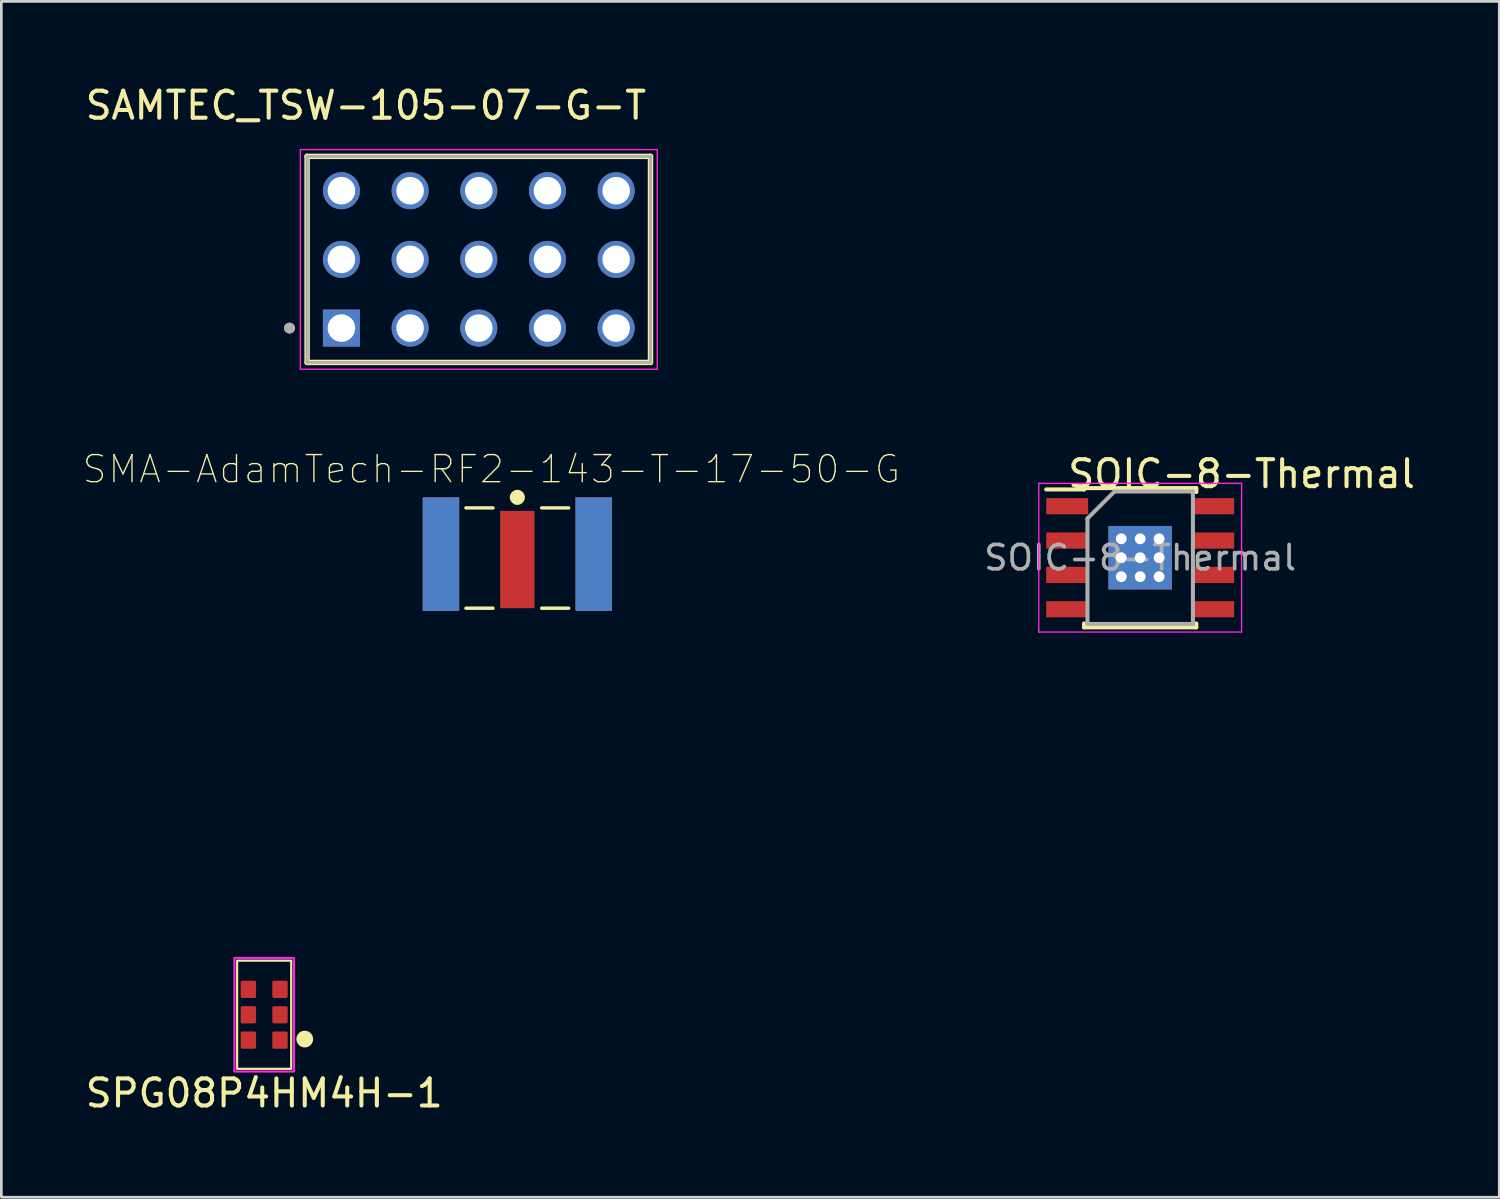
<source format=kicad_pcb>
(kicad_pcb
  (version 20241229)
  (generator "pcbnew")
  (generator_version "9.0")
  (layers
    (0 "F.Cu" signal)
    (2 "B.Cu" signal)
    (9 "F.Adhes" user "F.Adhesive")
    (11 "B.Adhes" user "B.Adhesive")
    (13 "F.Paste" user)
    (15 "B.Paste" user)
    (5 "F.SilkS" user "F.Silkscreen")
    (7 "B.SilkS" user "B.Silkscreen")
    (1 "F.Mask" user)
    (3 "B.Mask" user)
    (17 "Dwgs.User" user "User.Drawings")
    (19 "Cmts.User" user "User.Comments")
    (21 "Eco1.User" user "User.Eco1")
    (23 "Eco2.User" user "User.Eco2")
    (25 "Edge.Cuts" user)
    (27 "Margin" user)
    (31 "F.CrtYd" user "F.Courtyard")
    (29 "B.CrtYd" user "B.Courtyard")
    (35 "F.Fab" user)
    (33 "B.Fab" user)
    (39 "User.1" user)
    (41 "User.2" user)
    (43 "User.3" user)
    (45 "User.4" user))
  (footprint "SOIC-8-Thermal"
    (layer "F.Cu")
    (at 39.117 17.576)
    (property "Reference" "SOIC-8-Thermal" (at 3.75 -3.1 0) (layer "F.SilkS") (effects (font (size 1 1) (thickness 0.15))))
    (attr smd)
    (fp_line (start -2.075 -2.575) (end -2.075 -2.525) (stroke (width 0.15) (type solid)) (layer "F.SilkS"))
    (fp_line (start -2.075 -2.575) (end 2.075 -2.575) (stroke (width 0.15) (type solid)) (layer "F.SilkS"))
    (fp_line (start -2.075 -2.525) (end -3.475 -2.525) (stroke (width 0.15) (type solid)) (layer "F.SilkS"))
    (fp_line (start -2.075 2.575) (end -2.075 2.43) (stroke (width 0.15) (type solid)) (layer "F.SilkS"))
    (fp_line (start -2.075 2.575) (end 2.075 2.575) (stroke (width 0.15) (type solid)) (layer "F.SilkS"))
    (fp_line (start 2.075 -2.575) (end 2.075 -2.43) (stroke (width 0.15) (type solid)) (layer "F.SilkS"))
    (fp_line (start 2.075 2.575) (end 2.075 2.43) (stroke (width 0.15) (type solid)) (layer "F.SilkS"))
    (fp_line (start -3.75 -2.75) (end -3.75 2.75) (stroke (width 0.05) (type solid)) (layer "F.CrtYd"))
    (fp_line (start -3.75 -2.75) (end 3.75 -2.75) (stroke (width 0.05) (type solid)) (layer "F.CrtYd"))
    (fp_line (start -3.75 2.75) (end 3.75 2.75) (stroke (width 0.05) (type solid)) (layer "F.CrtYd"))
    (fp_line (start 3.75 -2.75) (end 3.75 2.75) (stroke (width 0.05) (type solid)) (layer "F.CrtYd"))
    (fp_line (start -1.95 -1.45) (end -0.95 -2.45) (stroke (width 0.15) (type solid)) (layer "F.Fab"))
    (fp_line (start -1.95 2.45) (end -1.95 -1.45) (stroke (width 0.15) (type solid)) (layer "F.Fab"))
    (fp_line (start -0.95 -2.45) (end 1.95 -2.45) (stroke (width 0.15) (type solid)) (layer "F.Fab"))
    (fp_line (start 1.95 -2.45) (end 1.95 2.45) (stroke (width 0.15) (type solid)) (layer "F.Fab"))
    (fp_line (start 1.95 2.45) (end -1.95 2.45) (stroke (width 0.15) (type solid)) (layer "F.Fab"))
    (fp_text user "${REFERENCE}" (at 0 0 0) (layer "F.Fab") (effects (font (size 0.9 0.9) (thickness 0.135))))
    (pad "" smd rect (at -0.588 -0.588) (size 0.95 0.95) (layers "F.Paste"))
    (pad "" smd rect (at 0.588 -0.588) (size 0.95 0.95) (layers "F.Paste"))
    (pad "1" smd rect (at -2.7 -1.905) (size 1.55 0.6) (layers "F.Cu" "F.Mask" "F.Paste"))
    (pad "2" smd rect (at -2.7 -0.635) (size 1.55 0.6) (layers "F.Cu" "F.Mask" "F.Paste"))
    (pad "3" smd rect (at -2.7 0.635) (size 1.55 0.6) (layers "F.Cu" "F.Mask" "F.Paste"))
    (pad "4" smd rect (at -2.7 1.905) (size 1.55 0.6) (layers "F.Cu" "F.Mask" "F.Paste"))
    (pad "5" smd rect (at 2.7 1.905) (size 1.55 0.6) (layers "F.Cu" "F.Mask" "F.Paste"))
    (pad "6" smd rect (at 2.7 0.635) (size 1.55 0.6) (layers "F.Cu" "F.Mask" "F.Paste"))
    (pad "7" smd rect (at 2.7 -0.635) (size 1.55 0.6) (layers "F.Cu" "F.Mask" "F.Paste"))
    (pad "8" smd rect (at 2.7 -1.905) (size 1.55 0.6) (layers "F.Cu" "F.Mask" "F.Paste"))
    (pad "9" thru_hole circle (at -0.7 -0.7) (size 0.8 0.8) (drill 0.4) (layers "*.Cu" "F.Mask"))
    (pad "9" thru_hole circle (at -0.7 0) (size 0.8 0.8) (drill 0.4) (layers "*.Cu" "F.Mask"))
    (pad "9" thru_hole circle (at -0.7 0.7) (size 0.8 0.8) (drill 0.4) (layers "*.Cu" "F.Mask"))
    (pad "9" thru_hole circle (at 0 -0.7) (size 0.8 0.8) (drill 0.4) (layers "*.Cu" "F.Mask"))
    (pad "9" thru_hole circle (at 0 0) (size 0.8 0.8) (drill 0.4) (layers "*.Cu" "F.Mask"))
    (pad "9" smd rect (at 0 0) (size 2.35 2.35) (layers "F.Cu" "F.Mask"))
    (pad "9" smd rect (at 0 0) (size 2.35 2.35) (layers "B.Cu"))
    (pad "9" thru_hole circle (at 0 0.7) (size 0.8 0.8) (drill 0.4) (layers "*.Cu" "F.Mask"))
    (pad "9" thru_hole circle (at 0.7 -0.7) (size 0.8 0.8) (drill 0.4) (layers "*.Cu" "F.Mask"))
    (pad "9" thru_hole circle (at 0.7 0) (size 0.8 0.8) (drill 0.4) (layers "*.Cu" "F.Mask"))
    (pad "9" thru_hole circle (at 0.7 0.7) (size 0.8 0.8) (drill 0.4) (layers "*.Cu" "F.Mask")))
  (footprint "SPG08P4HM4H-1"
    (layer "F.Cu")
    (at 6.72 34.478)
    (property "Reference" "SPG08P4HM4H-1" (at 0 2.9 0) (unlocked yes) (layer "F.SilkS") (effects (font (size 1 1) (thickness 0.15))))
    (attr smd)
    (fp_rect (start -1 2) (end 1 -2) (stroke (width 0.08) (type solid)) (fill no) (layer "F.SilkS"))
    (fp_circle (center 1.5 0.9) (end 1.75 0.9) (stroke (width 0.12) (type solid)) (fill yes) (layer "F.SilkS"))
    (fp_rect (start -1.1 2.1) (end 1.1 -2.1) (stroke (width 0.08) (type solid)) (fill no) (layer "F.CrtYd"))
    (pad "1" smd roundrect (at 0.585 0.938) (size 0.57 0.638) (layers "F.Cu" "F.Mask" "F.Paste") (roundrect_rratio 0.1))
    (pad "2" smd roundrect (at 0.585 0) (size 0.57 0.638) (layers "F.Cu" "F.Mask" "F.Paste") (roundrect_rratio 0.1))
    (pad "3" smd roundrect (at 0.585 -0.938) (size 0.57 0.638) (layers "F.Cu" "F.Mask" "F.Paste") (roundrect_rratio 0.1))
    (pad "4" smd roundrect (at -0.585 -0.938) (size 0.57 0.638) (layers "F.Cu" "F.Mask" "F.Paste") (roundrect_rratio 0.1))
    (pad "5" smd roundrect (at -0.585 0) (size 0.57 0.638) (layers "F.Cu" "F.Mask" "F.Paste") (roundrect_rratio 0.1))
    (pad "6" smd roundrect (at -0.585 0.938) (size 0.57 0.638) (layers "F.Cu" "F.Mask" "F.Paste") (roundrect_rratio 0.1)))
  (footprint "SAMTEC_TSW-105-07-G-T"
    (layer "F.Cu")
    (at 14.657 6.543)
    (property "Reference" "SAMTEC_TSW-105-07-G-T" (at -4.175 -5.695 0) (layer "F.SilkS") (effects (font (size 1 1) (thickness 0.15))))
    (attr through_hole)
    (fp_line (start -6.35 3.81) (end -6.35 -3.81) (stroke (width 0.2) (type solid)) (layer "F.SilkS"))
    (fp_line (start 6.35 -3.81) (end -6.35 -3.81) (stroke (width 0.2) (type solid)) (layer "F.SilkS"))
    (fp_line (start 6.35 -3.81) (end 6.35 3.81) (stroke (width 0.2) (type solid)) (layer "F.SilkS"))
    (fp_line (start 6.35 3.81) (end -6.35 3.81) (stroke (width 0.2) (type solid)) (layer "F.SilkS"))
    (fp_circle (center -7 2.54) (end -6.9 2.54) (stroke (width 0.2) (type solid)) (fill no) (layer "F.SilkS"))
    (fp_line (start -6.6 -4.06) (end 6.6 -4.06) (stroke (width 0.05) (type solid)) (layer "F.CrtYd"))
    (fp_line (start -6.6 4.06) (end -6.6 -4.06) (stroke (width 0.05) (type solid)) (layer "F.CrtYd"))
    (fp_line (start 6.6 -4.06) (end 6.6 4.06) (stroke (width 0.05) (type solid)) (layer "F.CrtYd"))
    (fp_line (start 6.6 4.06) (end -6.6 4.06) (stroke (width 0.05) (type solid)) (layer "F.CrtYd"))
    (fp_line (start -6.35 -3.81) (end 6.35 -3.81) (stroke (width 0.1) (type solid)) (layer "F.Fab"))
    (fp_line (start -6.35 -3.81) (end 6.35 -3.81) (stroke (width 0.1) (type solid)) (layer "F.Fab"))
    (fp_line (start -6.35 3.81) (end -6.35 -3.81) (stroke (width 0.1) (type solid)) (layer "F.Fab"))
    (fp_line (start -6.35 3.81) (end -6.35 -3.81) (stroke (width 0.1) (type solid)) (layer "F.Fab"))
    (fp_line (start 6.35 -3.81) (end 6.35 3.81) (stroke (width 0.1) (type solid)) (layer "F.Fab"))
    (fp_line (start 6.35 -3.81) (end 6.35 3.81) (stroke (width 0.1) (type solid)) (layer "F.Fab"))
    (fp_line (start 6.35 3.81) (end -6.35 3.81) (stroke (width 0.1) (type solid)) (layer "F.Fab"))
    (fp_circle (center -7 2.54) (end -6.9 2.54) (stroke (width 0.2) (type solid)) (fill no) (layer "F.Fab"))
    (pad "1" thru_hole rect (at -5.08 2.54) (size 1.37 1.37) (drill 1.02) (layers "*.Cu" "*.Mask"))
    (pad "2" thru_hole circle (at -5.08 0) (size 1.37 1.37) (drill 1.02) (layers "*.Cu" "*.Mask"))
    (pad "3" thru_hole circle (at -5.08 -2.54) (size 1.37 1.37) (drill 1.02) (layers "*.Cu" "*.Mask"))
    (pad "4" thru_hole circle (at -2.54 2.54) (size 1.37 1.37) (drill 1.02) (layers "*.Cu" "*.Mask"))
    (pad "5" thru_hole circle (at -2.54 0) (size 1.37 1.37) (drill 1.02) (layers "*.Cu" "*.Mask"))
    (pad "6" thru_hole circle (at -2.54 -2.54) (size 1.37 1.37) (drill 1.02) (layers "*.Cu" "*.Mask"))
    (pad "7" thru_hole circle (at 0 2.54) (size 1.37 1.37) (drill 1.02) (layers "*.Cu" "*.Mask"))
    (pad "8" thru_hole circle (at 0 0) (size 1.37 1.37) (drill 1.02) (layers "*.Cu" "*.Mask"))
    (pad "9" thru_hole circle (at 0 -2.54) (size 1.37 1.37) (drill 1.02) (layers "*.Cu" "*.Mask"))
    (pad "10" thru_hole circle (at 2.54 2.54) (size 1.37 1.37) (drill 1.02) (layers "*.Cu" "*.Mask"))
    (pad "11" thru_hole circle (at 2.54 0) (size 1.37 1.37) (drill 1.02) (layers "*.Cu" "*.Mask"))
    (pad "12" thru_hole circle (at 2.54 -2.54) (size 1.37 1.37) (drill 1.02) (layers "*.Cu" "*.Mask"))
    (pad "13" thru_hole circle (at 5.08 2.54) (size 1.37 1.37) (drill 1.02) (layers "*.Cu" "*.Mask"))
    (pad "14" thru_hole circle (at 5.08 0) (size 1.37 1.37) (drill 1.02) (layers "*.Cu" "*.Mask"))
    (pad "15" thru_hole circle (at 5.08 -2.54) (size 1.37 1.37) (drill 1.02) (layers "*.Cu" "*.Mask")))
  (footprint "SMA-AdamTech-RF2-143-T-17-50-G"
    (layer "F.Cu")
    (at 16.082 17.643)
    (property "Reference" "SMA-AdamTech-RF2-143-T-17-50-G" (at -0.962 -3.341 0) (layer "F.SilkS") (effects (font (size 1.002 1.002) (thickness 0.05))))
    (attr smd)
    (fp_line (start -1.9 -1.91) (end -0.9 -1.91) (stroke (width 0.127) (type solid)) (layer "F.SilkS"))
    (fp_line (start -1.9 1.8) (end -0.9 1.8) (stroke (width 0.127) (type solid)) (layer "F.SilkS"))
    (fp_line (start 0.9 -1.91) (end 1.9 -1.91) (stroke (width 0.127) (type solid)) (layer "F.SilkS"))
    (fp_line (start 0.9 1.8) (end 1.9 1.8) (stroke (width 0.127) (type solid)) (layer "F.SilkS"))
    (fp_circle (center 0 -2.3) (end 0.14 -2.3) (stroke (width 0.28) (type solid)) (fill no) (layer "F.SilkS"))
    (fp_line (start -3.75 -2.55) (end 3.75 -2.55) (stroke (width 0.05) (type solid)) (layer "Eco1.User"))
    (fp_line (start -3.75 2.15) (end -3.75 -2.55) (stroke (width 0.05) (type solid)) (layer "Eco1.User"))
    (fp_line (start -3.425 2.15) (end -3.75 2.15) (stroke (width 0.05) (type solid)) (layer "Eco1.User"))
    (fp_line (start -3.425 11.67) (end -3.425 2.15) (stroke (width 0.05) (type solid)) (layer "Eco1.User"))
    (fp_line (start 3.425 2.15) (end 3.425 11.67) (stroke (width 0.05) (type solid)) (layer "Eco1.User"))
    (fp_line (start 3.425 11.67) (end -3.425 11.67) (stroke (width 0.05) (type solid)) (layer "Eco1.User"))
    (fp_line (start 3.75 -2.55) (end 3.75 2.15) (stroke (width 0.05) (type solid)) (layer "Eco1.User"))
    (fp_line (start 3.75 2.15) (end 3.425 2.15) (stroke (width 0.05) (type solid)) (layer "Eco1.User"))
    (fp_line (start -5 1.9) (end -3.175 1.9) (stroke (width 0.127) (type solid)) (layer "Eco2.User"))
    (fp_line (start -3.175 -1.91) (end 3.175 -1.91) (stroke (width 0.127) (type solid)) (layer "Eco2.User"))
    (fp_line (start -3.175 1.9) (end -3.175 -1.91) (stroke (width 0.127) (type solid)) (layer "Eco2.User"))
    (fp_line (start -3.175 1.9) (end 3.175 1.9) (stroke (width 0.127) (type solid)) (layer "Eco2.User"))
    (fp_line (start -3.165 11.42) (end -3.175 1.9) (stroke (width 0.127) (type solid)) (layer "Eco2.User"))
    (fp_line (start 3.165 11.42) (end -3.165 11.42) (stroke (width 0.127) (type solid)) (layer "Eco2.User"))
    (fp_line (start 3.175 -1.91) (end 3.175 1.9) (stroke (width 0.127) (type solid)) (layer "Eco2.User"))
    (fp_line (start 3.175 1.9) (end 3.165 11.42) (stroke (width 0.127) (type solid)) (layer "Eco2.User"))
    (fp_line (start 3.175 1.9) (end 5 1.9) (stroke (width 0.127) (type solid)) (layer "Eco2.User"))
    (pad "1" smd rect (at 0 0) (size 1.27 3.6) (layers "F.Cu" "F.Mask" "F.Paste"))
    (pad "2" smd rect (at -2.825 -0.2) (size 1.35 4.2) (layers "F.Cu" "F.Mask" "F.Paste"))
    (pad "2" smd rect (at -2.825 -0.2) (size 1.35 4.2) (layers "B.Cu" "B.Mask" "B.Paste"))
    (pad "2" smd rect (at 2.825 -0.2) (size 1.35 4.2) (layers "F.Cu" "F.Mask" "F.Paste"))
    (pad "2" smd rect (at 2.825 -0.2) (size 1.35 4.2) (layers "B.Cu" "B.Mask" "B.Paste")))
  (gr_rect
    (start -3 -3)
    (end 52.397 41.226)
    (stroke (width 0.1) (type default))
    (fill no)
    (layer "Edge.Cuts")))
</source>
